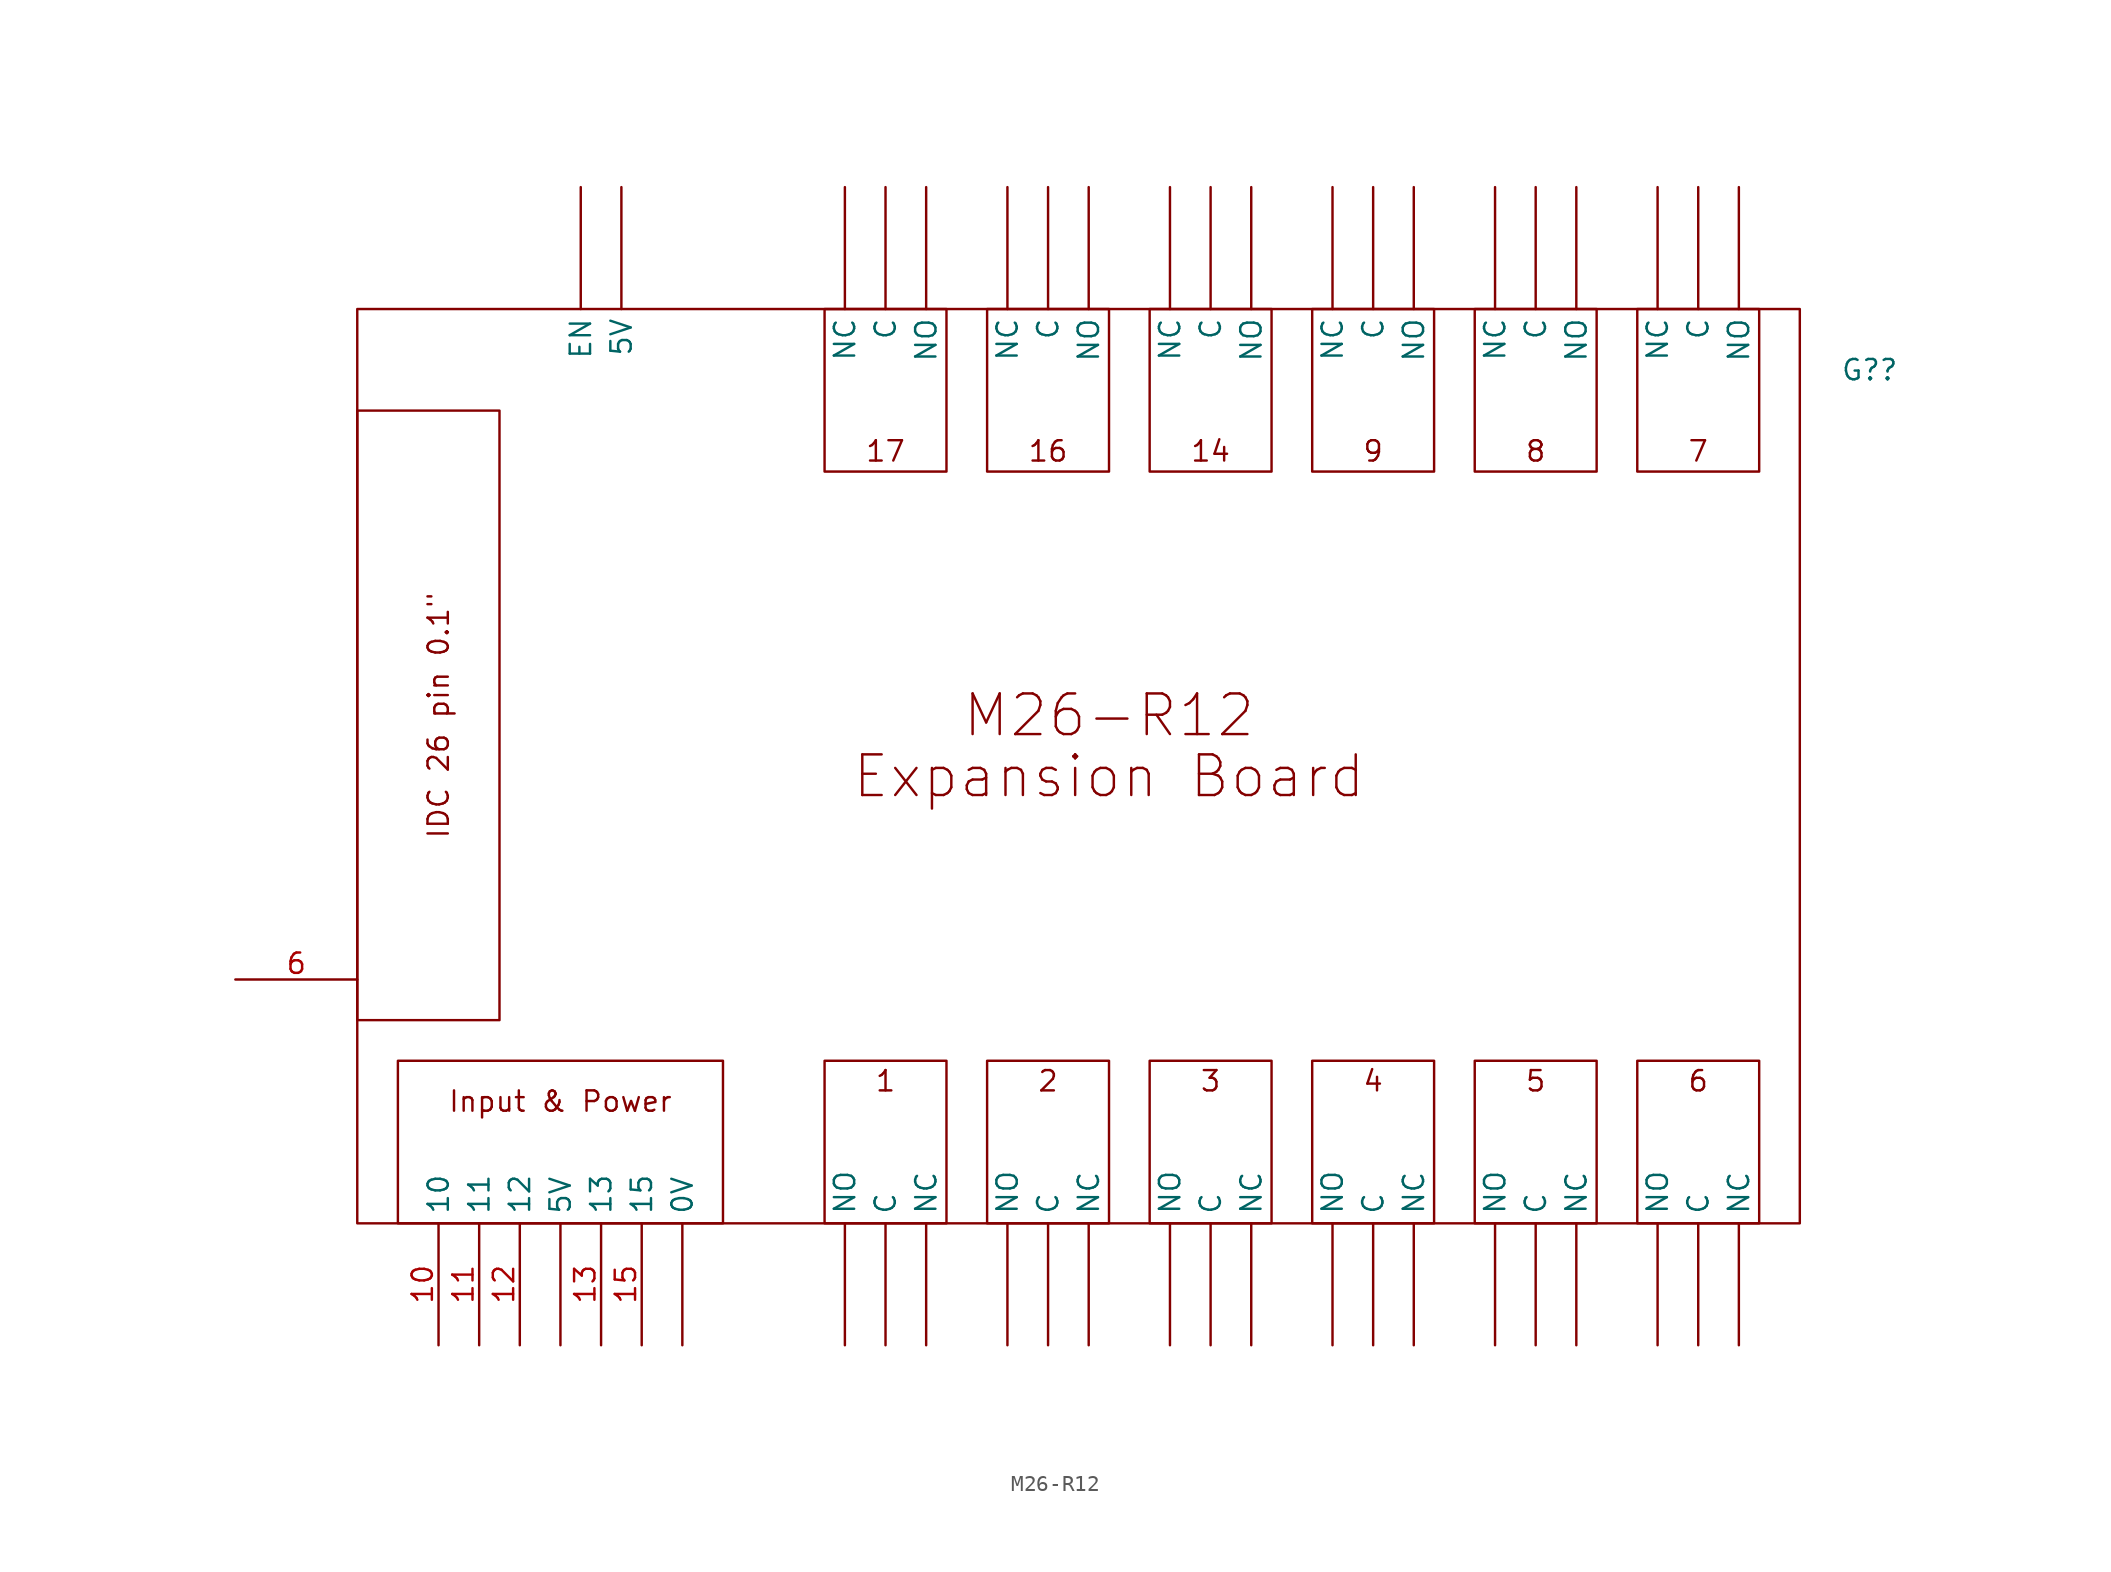
<source format=kicad_sym>
(kicad_symbol_lib
  (version 20211014)
  (generator kicad_symbol_editor)
  (symbol "M26-R12"
    (property "Reference" "G?"
      (at 48.26 22.86 0)
      (effects (font (size 1.27 1.27)) (justify left)))
    (symbol "M26-R12_0_0"
      (rectangle (start -44.45 26.67) (end 45.72 -30.48) (stroke (width 0.152) (type default) (color 0 0 0 0)) (fill (type none)))
      (rectangle (start -41.91 -20.32) (end -21.59 -30.48) (stroke (width 0.152) (type default) (color 0 0 0 0)) (fill (type none)))
      (rectangle (start -15.24 -20.32) (end -7.62 -30.48) (stroke (width 0.152) (type default) (color 0 0 0 0)) (fill (type none)))
      (rectangle (start -15.24 26.67) (end -7.62 16.51) (stroke (width 0.152) (type default) (color 0 0 0 0)) (fill (type none)))
      (rectangle (start -5.08 -20.32) (end 2.54 -30.48) (stroke (width 0.152) (type default) (color 0 0 0 0)) (fill (type none)))
      (rectangle (start -5.08 26.67) (end 2.54 16.51) (stroke (width 0.152) (type default) (color 0 0 0 0)) (fill (type none)))
      (rectangle (start 5.08 -20.32) (end 12.7 -30.48) (stroke (width 0.152) (type default) (color 0 0 0 0)) (fill (type none)))
      (rectangle (start 5.08 26.67) (end 12.7 16.51) (stroke (width 0.152) (type default) (color 0 0 0 0)) (fill (type none)))
      (rectangle (start 15.24 -20.32) (end 22.86 -30.48) (stroke (width 0.152) (type default) (color 0 0 0 0)) (fill (type none)))
      (rectangle (start 15.24 26.67) (end 22.86 16.51) (stroke (width 0.152) (type default) (color 0 0 0 0)) (fill (type none)))
      (rectangle (start 25.4 -20.32) (end 33.02 -30.48) (stroke (width 0.152) (type default) (color 0 0 0 0)) (fill (type none)))
      (rectangle (start 25.4 26.67) (end 33.02 16.51) (stroke (width 0.152) (type default) (color 0 0 0 0)) (fill (type none)))
      (rectangle (start 35.56 -20.32) (end 43.18 -30.48) (stroke (width 0.152) (type default) (color 0 0 0 0)) (fill (type none)))
      (rectangle (start 35.56 26.67) (end 43.18 16.51) (stroke (width 0.152) (type default) (color 0 0 0 0)) (fill (type none)))
      (text "1" (at -11.43 -21.59 0) (effects (font (size 1.27 1.27))))
      (text "14" (at 8.89 17.78 0) (effects (font (size 1.27 1.27))))
      (text "16" (at -1.27 17.78 0) (effects (font (size 1.27 1.27))))
      (text "17" (at -11.43 17.78 0) (effects (font (size 1.27 1.27))))
      (text "2" (at -1.27 -21.59 0) (effects (font (size 1.27 1.27))))
      (text "3" (at 8.89 -21.59 0) (effects (font (size 1.27 1.27))))
      (text "4" (at 19.05 -21.59 0) (effects (font (size 1.27 1.27))))
      (text "5" (at 29.21 -21.59 0) (effects (font (size 1.27 1.27))))
      (text "6" (at 39.37 -21.59 0) (effects (font (size 1.27 1.27))))
      (text "7" (at 39.37 17.78 0) (effects (font (size 1.27 1.27))))
      (text "8" (at 29.21 17.78 0) (effects (font (size 1.27 1.27))))
      (text "9" (at 19.05 17.78 0) (effects (font (size 1.27 1.27))))
      (text "Expansion Board" (at 2.54 -2.54 0) (effects (font (size 2.54 2.54))))
      (text "IDC 26 pin 0.1\"" (at -39.37 1.27 900) (effects (font (size 1.27 1.27))))
      (text "Input & Power" (at -31.75 -22.86 0) (effects (font (size 1.27 1.27))))
      (text "M26-R12" (at 2.54 1.27 0) (effects (font (size 2.54 2.54)))))
    (symbol "M26-R12_0_1"
      (rectangle (start -44.45 -17.78) (end -35.56 20.32) (stroke (width 0.152) (type default) (color 0 0 0 0)) (fill (type none))))
    (symbol "M26-R12_1_0"
      (pin input line (at -24.13 -38.1 90) (length 7.62) (name "0V" (effects (font (size 1.27 1.27)))) (number "" (effects (font (size 1.27 1.27)))))
      (pin input line (at -31.75 -38.1 90) (length 7.62) (name "5V" (effects (font (size 1.27 1.27)))) (number "" (effects (font (size 1.27 1.27)))))
      (pin input line (at -27.94 34.29 270) (length 7.62) (name "5V" (effects (font (size 1.27 1.27)))) (number "" (effects (font (size 1.27 1.27)))))
      (pin input line (at -11.43 -38.1 90) (length 7.62) (name "C" (effects (font (size 1.27 1.27)))) (number "" (effects (font (size 1.27 1.27)))))
      (pin input line (at -11.43 34.29 270) (length 7.62) (name "C" (effects (font (size 1.27 1.27)))) (number "" (effects (font (size 1.27 1.27)))))
      (pin input line (at -1.27 -38.1 90) (length 7.62) (name "C" (effects (font (size 1.27 1.27)))) (number "" (effects (font (size 1.27 1.27)))))
      (pin input line (at -1.27 34.29 270) (length 7.62) (name "C" (effects (font (size 1.27 1.27)))) (number "" (effects (font (size 1.27 1.27)))))
      (pin input line (at 8.89 -38.1 90) (length 7.62) (name "C" (effects (font (size 1.27 1.27)))) (number "" (effects (font (size 1.27 1.27)))))
      (pin input line (at 8.89 34.29 270) (length 7.62) (name "C" (effects (font (size 1.27 1.27)))) (number "" (effects (font (size 1.27 1.27)))))
      (pin input line (at 19.05 -38.1 90) (length 7.62) (name "C" (effects (font (size 1.27 1.27)))) (number "" (effects (font (size 1.27 1.27)))))
      (pin input line (at 19.05 34.29 270) (length 7.62) (name "C" (effects (font (size 1.27 1.27)))) (number "" (effects (font (size 1.27 1.27)))))
      (pin input line (at 29.21 -38.1 90) (length 7.62) (name "C" (effects (font (size 1.27 1.27)))) (number "" (effects (font (size 1.27 1.27)))))
      (pin input line (at 29.21 34.29 270) (length 7.62) (name "C" (effects (font (size 1.27 1.27)))) (number "" (effects (font (size 1.27 1.27)))))
      (pin input line (at 39.37 -38.1 90) (length 7.62) (name "C" (effects (font (size 1.27 1.27)))) (number "" (effects (font (size 1.27 1.27)))))
      (pin input line (at 39.37 34.29 270) (length 7.62) (name "C" (effects (font (size 1.27 1.27)))) (number "" (effects (font (size 1.27 1.27)))))
      (pin input line (at -30.48 34.29 270) (length 7.62) (name "EN" (effects (font (size 1.27 1.27)))) (number "" (effects (font (size 1.27 1.27)))))
      (pin input line (at -13.97 34.29 270) (length 7.62) (name "NC" (effects (font (size 1.27 1.27)))) (number "" (effects (font (size 1.27 1.27)))))
      (pin input line (at -8.89 -38.1 90) (length 7.62) (name "NC" (effects (font (size 1.27 1.27)))) (number "" (effects (font (size 1.27 1.27)))))
      (pin input line (at -3.81 34.29 270) (length 7.62) (name "NC" (effects (font (size 1.27 1.27)))) (number "" (effects (font (size 1.27 1.27)))))
      (pin input line (at 1.27 -38.1 90) (length 7.62) (name "NC" (effects (font (size 1.27 1.27)))) (number "" (effects (font (size 1.27 1.27)))))
      (pin input line (at 6.35 34.29 270) (length 7.62) (name "NC" (effects (font (size 1.27 1.27)))) (number "" (effects (font (size 1.27 1.27)))))
      (pin input line (at 11.43 -38.1 90) (length 7.62) (name "NC" (effects (font (size 1.27 1.27)))) (number "" (effects (font (size 1.27 1.27)))))
      (pin input line (at 16.51 34.29 270) (length 7.62) (name "NC" (effects (font (size 1.27 1.27)))) (number "" (effects (font (size 1.27 1.27)))))
      (pin input line (at 21.59 -38.1 90) (length 7.62) (name "NC" (effects (font (size 1.27 1.27)))) (number "" (effects (font (size 1.27 1.27)))))
      (pin input line (at 26.67 34.29 270) (length 7.62) (name "NC" (effects (font (size 1.27 1.27)))) (number "" (effects (font (size 1.27 1.27)))))
      (pin input line (at 31.75 -38.1 90) (length 7.62) (name "NC" (effects (font (size 1.27 1.27)))) (number "" (effects (font (size 1.27 1.27)))))
      (pin input line (at 36.83 34.29 270) (length 7.62) (name "NC" (effects (font (size 1.27 1.27)))) (number "" (effects (font (size 1.27 1.27)))))
      (pin input line (at 41.91 -38.1 90) (length 7.62) (name "NC" (effects (font (size 1.27 1.27)))) (number "" (effects (font (size 1.27 1.27)))))
      (pin input line (at -13.97 -38.1 90) (length 7.62) (name "NO" (effects (font (size 1.27 1.27)))) (number "" (effects (font (size 1.27 1.27)))))
      (pin input line (at -8.89 34.29 270) (length 7.62) (name "NO" (effects (font (size 1.27 1.27)))) (number "" (effects (font (size 1.27 1.27)))))
      (pin input line (at -3.81 -38.1 90) (length 7.62) (name "NO" (effects (font (size 1.27 1.27)))) (number "" (effects (font (size 1.27 1.27)))))
      (pin input line (at 1.27 34.29 270) (length 7.62) (name "NO" (effects (font (size 1.27 1.27)))) (number "" (effects (font (size 1.27 1.27)))))
      (pin input line (at 6.35 -38.1 90) (length 7.62) (name "NO" (effects (font (size 1.27 1.27)))) (number "" (effects (font (size 1.27 1.27)))))
      (pin input line (at 11.43 34.29 270) (length 7.62) (name "NO" (effects (font (size 1.27 1.27)))) (number "" (effects (font (size 1.27 1.27)))))
      (pin input line (at 16.51 -38.1 90) (length 7.62) (name "NO" (effects (font (size 1.27 1.27)))) (number "" (effects (font (size 1.27 1.27)))))
      (pin input line (at 21.59 34.29 270) (length 7.62) (name "NO" (effects (font (size 1.27 1.27)))) (number "" (effects (font (size 1.27 1.27)))))
      (pin input line (at 26.67 -38.1 90) (length 7.62) (name "NO" (effects (font (size 1.27 1.27)))) (number "" (effects (font (size 1.27 1.27)))))
      (pin input line (at 31.75 34.29 270) (length 7.62) (name "NO" (effects (font (size 1.27 1.27)))) (number "" (effects (font (size 1.27 1.27)))))
      (pin input line (at 36.83 -38.1 90) (length 7.62) (name "NO" (effects (font (size 1.27 1.27)))) (number "" (effects (font (size 1.27 1.27)))))
      (pin input line (at 41.91 34.29 270) (length 7.62) (name "NO" (effects (font (size 1.27 1.27)))) (number "" (effects (font (size 1.27 1.27)))))
      (pin input line (at -39.37 -38.1 90) (length 7.62) (name "10" (effects (font (size 1.27 1.27)))) (number "10" (effects (font (size 1.27 1.27)))))
      (pin input line (at -36.83 -38.1 90) (length 7.62) (name "11" (effects (font (size 1.27 1.27)))) (number "11" (effects (font (size 1.27 1.27)))))
      (pin input line (at -34.29 -38.1 90) (length 7.62) (name "12" (effects (font (size 1.27 1.27)))) (number "12" (effects (font (size 1.27 1.27)))))
      (pin input line (at -29.21 -38.1 90) (length 7.62) (name "13" (effects (font (size 1.27 1.27)))) (number "13" (effects (font (size 1.27 1.27)))))
      (pin input line (at -26.67 -38.1 90) (length 7.62) (name "15" (effects (font (size 1.27 1.27)))) (number "15" (effects (font (size 1.27 1.27)))))
      (pin input line (at -52.07 -15.24 0) (length 7.62) (name "" (effects (font (size 1.27 1.27)))) (number "6" (effects (font (size 1.27 1.27))))))))
</source>
